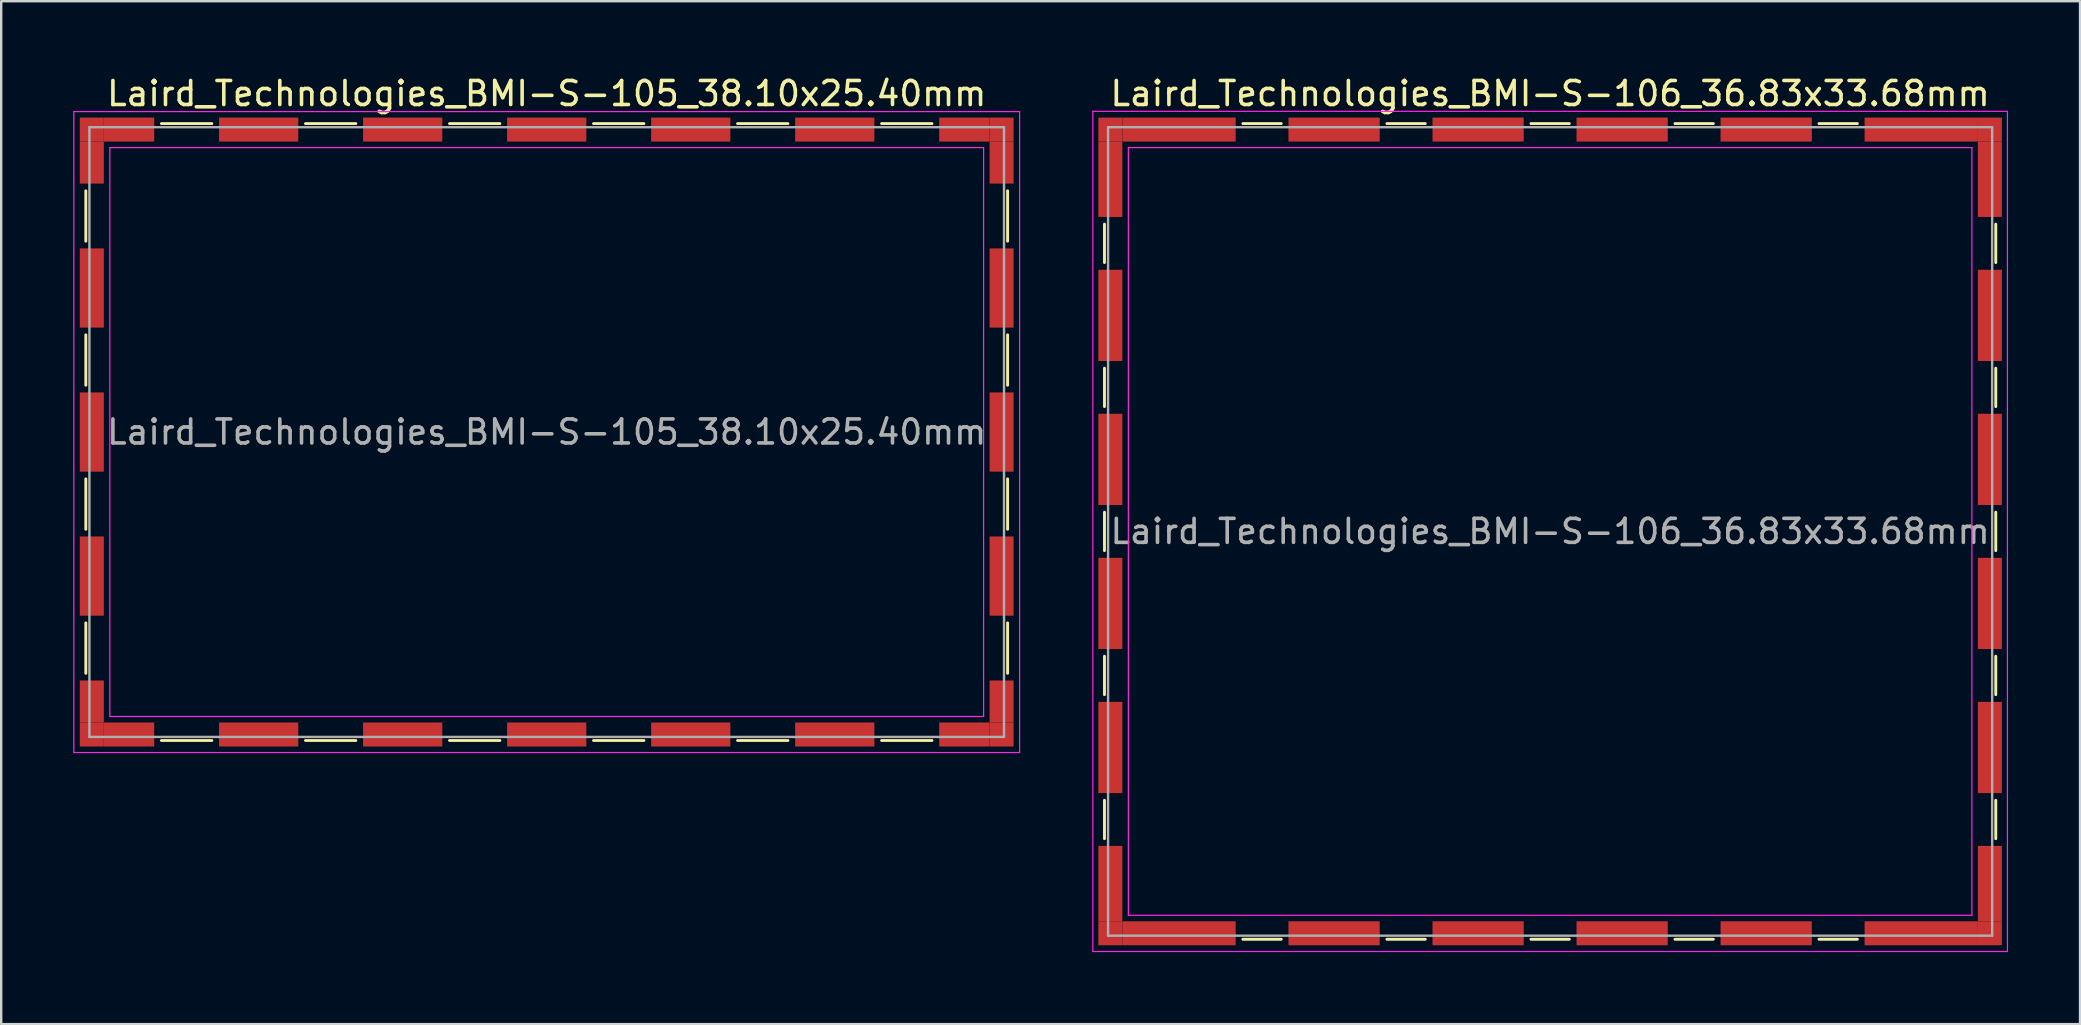
<source format=kicad_pcb>
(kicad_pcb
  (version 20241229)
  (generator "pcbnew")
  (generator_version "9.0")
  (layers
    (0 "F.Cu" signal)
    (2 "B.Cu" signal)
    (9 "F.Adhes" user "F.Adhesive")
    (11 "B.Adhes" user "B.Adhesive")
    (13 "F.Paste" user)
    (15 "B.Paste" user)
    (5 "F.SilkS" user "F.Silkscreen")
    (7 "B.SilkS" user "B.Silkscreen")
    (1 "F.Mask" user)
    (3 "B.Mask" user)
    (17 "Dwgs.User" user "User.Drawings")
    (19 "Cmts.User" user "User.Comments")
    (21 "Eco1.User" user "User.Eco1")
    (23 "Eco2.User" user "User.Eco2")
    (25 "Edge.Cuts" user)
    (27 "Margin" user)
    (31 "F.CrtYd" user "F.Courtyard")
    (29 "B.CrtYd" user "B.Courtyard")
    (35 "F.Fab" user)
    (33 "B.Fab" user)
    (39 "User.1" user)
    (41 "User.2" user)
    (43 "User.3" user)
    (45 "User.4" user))
  (footprint "Laird_Technologies_BMI-S-106_36.83x33.68mm"
    (layer "F.Cu")
    (at 61.525 19.088)
    (property "Reference" "Laird_Technologies_BMI-S-106_36.83x33.68mm" (at 0 -18.24 0) (layer "F.SilkS") (effects (font (size 1 1) (thickness 0.15))))
    (attr smd)
    (fp_line (start -18.565 -12.8) (end -18.565 -11.2) (stroke (width 0.12) (type solid)) (layer "F.SilkS"))
    (fp_line (start -18.565 -6.8) (end -18.565 -5.2) (stroke (width 0.12) (type solid)) (layer "F.SilkS"))
    (fp_line (start -18.565 -0.8) (end -18.565 0.8) (stroke (width 0.12) (type solid)) (layer "F.SilkS"))
    (fp_line (start -18.565 5.2) (end -18.565 6.8) (stroke (width 0.12) (type solid)) (layer "F.SilkS"))
    (fp_line (start -18.565 11.2) (end -18.565 12.8) (stroke (width 0.12) (type solid)) (layer "F.SilkS"))
    (fp_line (start -12.8 -16.99) (end -11.2 -16.99) (stroke (width 0.12) (type solid)) (layer "F.SilkS"))
    (fp_line (start -12.8 16.99) (end -11.2 16.99) (stroke (width 0.12) (type solid)) (layer "F.SilkS"))
    (fp_line (start -6.8 -16.99) (end -5.2 -16.99) (stroke (width 0.12) (type solid)) (layer "F.SilkS"))
    (fp_line (start -6.8 16.99) (end -5.2 16.99) (stroke (width 0.12) (type solid)) (layer "F.SilkS"))
    (fp_line (start -0.8 -16.99) (end 0.8 -16.99) (stroke (width 0.12) (type solid)) (layer "F.SilkS"))
    (fp_line (start -0.8 16.99) (end 0.8 16.99) (stroke (width 0.12) (type solid)) (layer "F.SilkS"))
    (fp_line (start 5.2 -16.99) (end 6.8 -16.99) (stroke (width 0.12) (type solid)) (layer "F.SilkS"))
    (fp_line (start 5.2 16.99) (end 6.8 16.99) (stroke (width 0.12) (type solid)) (layer "F.SilkS"))
    (fp_line (start 11.2 -16.99) (end 12.8 -16.99) (stroke (width 0.12) (type solid)) (layer "F.SilkS"))
    (fp_line (start 11.2 16.99) (end 12.8 16.99) (stroke (width 0.12) (type solid)) (layer "F.SilkS"))
    (fp_line (start 18.565 -12.8) (end 18.565 -11.2) (stroke (width 0.12) (type solid)) (layer "F.SilkS"))
    (fp_line (start 18.565 -6.8) (end 18.565 -5.2) (stroke (width 0.12) (type solid)) (layer "F.SilkS"))
    (fp_line (start 18.565 -0.8) (end 18.565 0.8) (stroke (width 0.12) (type solid)) (layer "F.SilkS"))
    (fp_line (start 18.565 5.2) (end 18.565 6.8) (stroke (width 0.12) (type solid)) (layer "F.SilkS"))
    (fp_line (start 18.565 11.2) (end 18.565 12.8) (stroke (width 0.12) (type solid)) (layer "F.SilkS"))
    (fp_line (start -19.05 -17.5) (end -19.05 17.5) (stroke (width 0.05) (type solid)) (layer "F.CrtYd"))
    (fp_line (start -19.05 17.5) (end 19.05 17.5) (stroke (width 0.05) (type solid)) (layer "F.CrtYd"))
    (fp_line (start -17.57 -15.99) (end -17.57 15.99) (stroke (width 0.05) (type solid)) (layer "F.CrtYd"))
    (fp_line (start 17.57 -15.99) (end -17.57 -15.99) (stroke (width 0.05) (type solid)) (layer "F.CrtYd"))
    (fp_line (start 17.57 -15.99) (end 17.57 15.99) (stroke (width 0.05) (type solid)) (layer "F.CrtYd"))
    (fp_line (start 17.57 15.99) (end -17.57 15.99) (stroke (width 0.05) (type solid)) (layer "F.CrtYd"))
    (fp_line (start 19.05 -17.5) (end -19.05 -17.5) (stroke (width 0.05) (type solid)) (layer "F.CrtYd"))
    (fp_line (start 19.05 17.5) (end 19.05 -17.5) (stroke (width 0.05) (type solid)) (layer "F.CrtYd"))
    (fp_line (start -18.415 -16.84) (end -18.415 16.84) (stroke (width 0.1) (type solid)) (layer "F.Fab"))
    (fp_line (start -18.415 16.84) (end 18.415 16.84) (stroke (width 0.1) (type solid)) (layer "F.Fab"))
    (fp_line (start 18.415 -16.84) (end -18.415 -16.84) (stroke (width 0.1) (type solid)) (layer "F.Fab"))
    (fp_line (start 18.415 16.84) (end 18.415 -16.84) (stroke (width 0.1) (type solid)) (layer "F.Fab"))
    (fp_text user "${REFERENCE}" (at 0 0 0) (layer "F.Fab") (effects (font (size 1 1) (thickness 0.15))))
    (pad "1" smd rect (at -18.32 -16.74) (size 1 1) (layers "F.Cu" "F.Mask" "F.Paste"))
    (pad "1" smd rect (at -18.32 -14.67) (size 1 3.14) (layers "F.Cu" "F.Mask" "F.Paste"))
    (pad "1" smd rect (at -18.32 -9) (size 1 3.8) (layers "F.Cu" "F.Mask" "F.Paste"))
    (pad "1" smd rect (at -18.32 -3) (size 1 3.8) (layers "F.Cu" "F.Mask" "F.Paste"))
    (pad "1" smd rect (at -18.32 3) (size 1 3.8) (layers "F.Cu" "F.Mask" "F.Paste"))
    (pad "1" smd rect (at -18.32 9) (size 1 3.8) (layers "F.Cu" "F.Mask" "F.Paste"))
    (pad "1" smd rect (at -18.32 14.67) (size 1 3.14) (layers "F.Cu" "F.Mask" "F.Paste"))
    (pad "1" smd rect (at -18.32 16.74) (size 1 1) (layers "F.Cu" "F.Mask" "F.Paste"))
    (pad "1" smd rect (at -15.46 -16.74) (size 4.72 1) (layers "F.Cu" "F.Mask" "F.Paste"))
    (pad "1" smd rect (at -15.46 16.74) (size 4.72 1) (layers "F.Cu" "F.Mask" "F.Paste"))
    (pad "1" smd rect (at -9 -16.74) (size 3.8 1) (layers "F.Cu" "F.Mask" "F.Paste"))
    (pad "1" smd rect (at -9 16.74) (size 3.8 1) (layers "F.Cu" "F.Mask" "F.Paste"))
    (pad "1" smd rect (at -3 -16.74) (size 3.8 1) (layers "F.Cu" "F.Mask" "F.Paste"))
    (pad "1" smd rect (at -3 16.74) (size 3.8 1) (layers "F.Cu" "F.Mask" "F.Paste"))
    (pad "1" smd rect (at 3 -16.74) (size 3.8 1) (layers "F.Cu" "F.Mask" "F.Paste"))
    (pad "1" smd rect (at 3 16.74) (size 3.8 1) (layers "F.Cu" "F.Mask" "F.Paste"))
    (pad "1" smd rect (at 9 -16.74) (size 3.8 1) (layers "F.Cu" "F.Mask" "F.Paste"))
    (pad "1" smd rect (at 9 16.74) (size 3.8 1) (layers "F.Cu" "F.Mask" "F.Paste"))
    (pad "1" smd rect (at 15.46 -16.74) (size 4.72 1) (layers "F.Cu" "F.Mask" "F.Paste"))
    (pad "1" smd rect (at 15.46 16.74) (size 4.72 1) (layers "F.Cu" "F.Mask" "F.Paste"))
    (pad "1" smd rect (at 18.32 -16.74) (size 1 1) (layers "F.Cu" "F.Mask" "F.Paste"))
    (pad "1" smd rect (at 18.32 -14.67) (size 1 3.14) (layers "F.Cu" "F.Mask" "F.Paste"))
    (pad "1" smd rect (at 18.32 -9) (size 1 3.8) (layers "F.Cu" "F.Mask" "F.Paste"))
    (pad "1" smd rect (at 18.32 -3) (size 1 3.8) (layers "F.Cu" "F.Mask" "F.Paste"))
    (pad "1" smd rect (at 18.32 3) (size 1 3.8) (layers "F.Cu" "F.Mask" "F.Paste"))
    (pad "1" smd rect (at 18.32 9) (size 1 3.8) (layers "F.Cu" "F.Mask" "F.Paste"))
    (pad "1" smd rect (at 18.32 14.67) (size 1 3.14) (layers "F.Cu" "F.Mask" "F.Paste"))
    (pad "1" smd rect (at 18.32 16.74) (size 1 1) (layers "F.Cu" "F.Mask" "F.Paste")))
  (footprint "Laird_Technologies_BMI-S-105_38.10x25.40mm"
    (layer "F.Cu")
    (at 19.725 14.948)
    (property "Reference" "Laird_Technologies_BMI-S-105_38.10x25.40mm" (at 0 -14.1 0) (layer "F.SilkS") (effects (font (size 1 1) (thickness 0.15))))
    (attr smd)
    (fp_line (start -19.2 -10.05) (end -19.2 -7.95) (stroke (width 0.12) (type solid)) (layer "F.SilkS"))
    (fp_line (start -19.2 -4.05) (end -19.2 -1.95) (stroke (width 0.12) (type solid)) (layer "F.SilkS"))
    (fp_line (start -19.2 1.95) (end -19.2 4.05) (stroke (width 0.12) (type solid)) (layer "F.SilkS"))
    (fp_line (start -19.2 7.95) (end -19.2 10.05) (stroke (width 0.12) (type solid)) (layer "F.SilkS"))
    (fp_line (start -16.05 -12.85) (end -13.95 -12.85) (stroke (width 0.12) (type solid)) (layer "F.SilkS"))
    (fp_line (start -16.05 12.85) (end -13.95 12.85) (stroke (width 0.12) (type solid)) (layer "F.SilkS"))
    (fp_line (start -10.05 -12.85) (end -7.95 -12.85) (stroke (width 0.12) (type solid)) (layer "F.SilkS"))
    (fp_line (start -10.05 12.85) (end -7.95 12.85) (stroke (width 0.12) (type solid)) (layer "F.SilkS"))
    (fp_line (start -4.05 -12.85) (end -1.95 -12.85) (stroke (width 0.12) (type solid)) (layer "F.SilkS"))
    (fp_line (start -4.05 12.85) (end -1.95 12.85) (stroke (width 0.12) (type solid)) (layer "F.SilkS"))
    (fp_line (start 1.95 -12.85) (end 4.05 -12.85) (stroke (width 0.12) (type solid)) (layer "F.SilkS"))
    (fp_line (start 1.95 12.85) (end 4.05 12.85) (stroke (width 0.12) (type solid)) (layer "F.SilkS"))
    (fp_line (start 7.95 -12.85) (end 10.05 -12.85) (stroke (width 0.12) (type solid)) (layer "F.SilkS"))
    (fp_line (start 7.95 12.85) (end 10.05 12.85) (stroke (width 0.12) (type solid)) (layer "F.SilkS"))
    (fp_line (start 13.95 -12.85) (end 16.05 -12.85) (stroke (width 0.12) (type solid)) (layer "F.SilkS"))
    (fp_line (start 13.95 12.85) (end 16.05 12.85) (stroke (width 0.12) (type solid)) (layer "F.SilkS"))
    (fp_line (start 19.2 -10.05) (end 19.2 -7.95) (stroke (width 0.12) (type solid)) (layer "F.SilkS"))
    (fp_line (start 19.2 -4.05) (end 19.2 -1.95) (stroke (width 0.12) (type solid)) (layer "F.SilkS"))
    (fp_line (start 19.2 1.95) (end 19.2 4.05) (stroke (width 0.12) (type solid)) (layer "F.SilkS"))
    (fp_line (start 19.2 7.95) (end 19.2 10.05) (stroke (width 0.12) (type solid)) (layer "F.SilkS"))
    (fp_line (start -19.7 -13.35) (end -19.7 13.35) (stroke (width 0.05) (type solid)) (layer "F.CrtYd"))
    (fp_line (start -19.7 13.35) (end 19.7 13.35) (stroke (width 0.05) (type solid)) (layer "F.CrtYd"))
    (fp_line (start -18.2 -11.85) (end -18.2 11.85) (stroke (width 0.05) (type solid)) (layer "F.CrtYd"))
    (fp_line (start 18.2 -11.85) (end -18.2 -11.85) (stroke (width 0.05) (type solid)) (layer "F.CrtYd"))
    (fp_line (start 18.2 -11.85) (end 18.2 11.85) (stroke (width 0.05) (type solid)) (layer "F.CrtYd"))
    (fp_line (start 18.2 11.85) (end -18.2 11.85) (stroke (width 0.05) (type solid)) (layer "F.CrtYd"))
    (fp_line (start 19.7 -13.35) (end -19.7 -13.35) (stroke (width 0.05) (type solid)) (layer "F.CrtYd"))
    (fp_line (start 19.7 13.35) (end 19.7 -13.35) (stroke (width 0.05) (type solid)) (layer "F.CrtYd"))
    (fp_line (start -19.05 -12.7) (end -19.05 12.7) (stroke (width 0.1) (type solid)) (layer "F.Fab"))
    (fp_line (start -19.05 12.7) (end 19.05 12.7) (stroke (width 0.1) (type solid)) (layer "F.Fab"))
    (fp_line (start 19.05 -12.7) (end -19.05 -12.7) (stroke (width 0.1) (type solid)) (layer "F.Fab"))
    (fp_line (start 19.05 12.7) (end 19.05 -12.7) (stroke (width 0.1) (type solid)) (layer "F.Fab"))
    (fp_text user "${REFERENCE}" (at 0 0 0) (layer "F.Fab") (effects (font (size 1 1) (thickness 0.15))))
    (pad "1" smd rect (at -18.95 -12.6) (size 1 1) (layers "F.Cu" "F.Mask" "F.Paste"))
    (pad "1" smd rect (at -18.95 -11.225) (size 1 1.75) (layers "F.Cu" "F.Mask" "F.Paste"))
    (pad "1" smd rect (at -18.95 -6) (size 1 3.3) (layers "F.Cu" "F.Mask" "F.Paste"))
    (pad "1" smd rect (at -18.95 0) (size 1 3.3) (layers "F.Cu" "F.Mask" "F.Paste"))
    (pad "1" smd rect (at -18.95 6) (size 1 3.3) (layers "F.Cu" "F.Mask" "F.Paste"))
    (pad "1" smd rect (at -18.95 11.225) (size 1 1.75) (layers "F.Cu" "F.Mask" "F.Paste"))
    (pad "1" smd rect (at -18.95 12.6) (size 1 1) (layers "F.Cu" "F.Mask" "F.Paste"))
    (pad "1" smd rect (at -17.4 -12.6) (size 2.1 1) (layers "F.Cu" "F.Mask" "F.Paste"))
    (pad "1" smd rect (at -17.4 12.6) (size 2.1 1) (layers "F.Cu" "F.Mask" "F.Paste"))
    (pad "1" smd rect (at -12 -12.6) (size 3.3 1) (layers "F.Cu" "F.Mask" "F.Paste"))
    (pad "1" smd rect (at -12 12.6) (size 3.3 1) (layers "F.Cu" "F.Mask" "F.Paste"))
    (pad "1" smd rect (at -6 -12.6) (size 3.3 1) (layers "F.Cu" "F.Mask" "F.Paste"))
    (pad "1" smd rect (at -6 12.6) (size 3.3 1) (layers "F.Cu" "F.Mask" "F.Paste"))
    (pad "1" smd rect (at 0 -12.6) (size 3.3 1) (layers "F.Cu" "F.Mask" "F.Paste"))
    (pad "1" smd rect (at 0 12.6) (size 3.3 1) (layers "F.Cu" "F.Mask" "F.Paste"))
    (pad "1" smd rect (at 6 -12.6) (size 3.3 1) (layers "F.Cu" "F.Mask" "F.Paste"))
    (pad "1" smd rect (at 6 12.6) (size 3.3 1) (layers "F.Cu" "F.Mask" "F.Paste"))
    (pad "1" smd rect (at 12 -12.6) (size 3.3 1) (layers "F.Cu" "F.Mask" "F.Paste"))
    (pad "1" smd rect (at 12 12.6) (size 3.3 1) (layers "F.Cu" "F.Mask" "F.Paste"))
    (pad "1" smd rect (at 17.4 -12.6) (size 2.1 1) (layers "F.Cu" "F.Mask" "F.Paste"))
    (pad "1" smd rect (at 17.4 12.6) (size 2.1 1) (layers "F.Cu" "F.Mask" "F.Paste"))
    (pad "1" smd rect (at 18.95 -12.6) (size 1 1) (layers "F.Cu" "F.Mask" "F.Paste"))
    (pad "1" smd rect (at 18.95 -11.225) (size 1 1.75) (layers "F.Cu" "F.Mask" "F.Paste"))
    (pad "1" smd rect (at 18.95 -6) (size 1 3.3) (layers "F.Cu" "F.Mask" "F.Paste"))
    (pad "1" smd rect (at 18.95 0) (size 1 3.3) (layers "F.Cu" "F.Mask" "F.Paste"))
    (pad "1" smd rect (at 18.95 6) (size 1 3.3) (layers "F.Cu" "F.Mask" "F.Paste"))
    (pad "1" smd rect (at 18.95 11.225) (size 1 1.75) (layers "F.Cu" "F.Mask" "F.Paste"))
    (pad "1" smd rect (at 18.95 12.6) (size 1 1) (layers "F.Cu" "F.Mask" "F.Paste")))
  (gr_rect
    (start -3 -3)
    (end 83.6 39.613)
    (stroke (width 0.1) (type default))
    (fill no)
    (layer "Edge.Cuts")))
</source>
